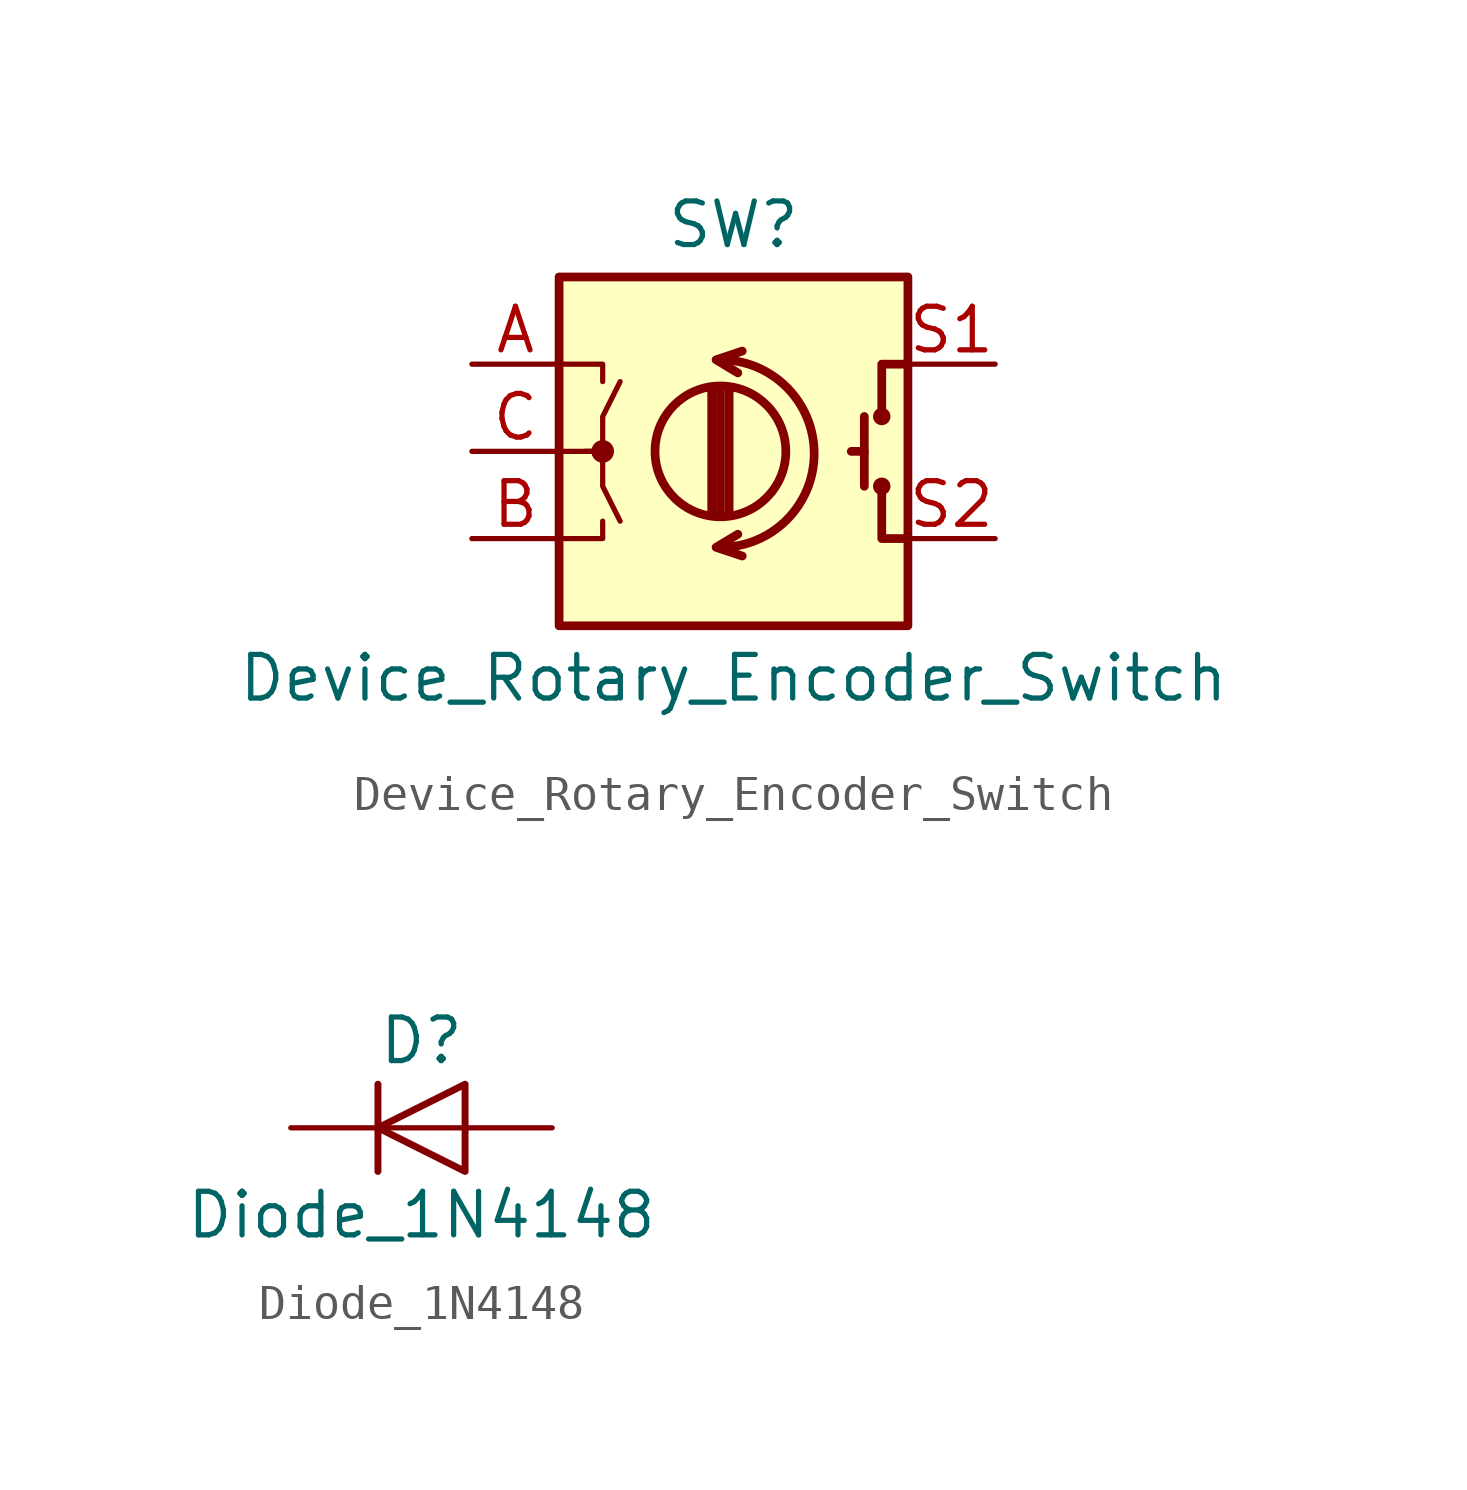
<source format=kicad_sym>
(kicad_symbol_lib
  (version 20220914)
  (generator kicad_symbol_editor)
  (symbol "Device_Rotary_Encoder_Switch"
    (pin_names
      (offset 0.254) hide)
    (property "Reference" "SW"
      (at 0 6.604 0)
      (effects (font (size 1.27 1.27))))
    (property "Value" "Device_Rotary_Encoder_Switch"
      (at 0 -6.604 0)
      (effects (font (size 1.27 1.27))))
    (symbol "Device_Rotary_Encoder_Switch_0_1"
      (rectangle (start -5.08 5.08) (end 5.08 -5.08) (stroke (width 0.254) (type solid)) (fill (type background)))
      (circle (center -3.81 0) (radius 0.254) (stroke (width 0) (type solid)) (fill (type outline)))
      (arc (start -0.381 -2.794) (mid 2.3376 -0.0635) (end -0.381 2.667) (stroke (width 0.254) (type solid)) (fill (type none)))
      (circle (center -0.381 0) (radius 1.905) (stroke (width 0.254) (type solid)) (fill (type none)))
      (polyline (pts (xy -0.635 -1.778) (xy -0.635 1.778)) (stroke (width 0.254) (type solid)) (fill (type none)))
      (polyline (pts (xy -0.381 -1.778) (xy -0.381 1.778)) (stroke (width 0.254) (type solid)) (fill (type none)))
      (polyline (pts (xy -0.127 1.778) (xy -0.127 -1.778)) (stroke (width 0.254) (type solid)) (fill (type none)))
      (polyline (pts (xy 3.81 0) (xy 3.429 0)) (stroke (width 0.254) (type solid)) (fill (type none)))
      (polyline (pts (xy 3.81 1.016) (xy 3.81 -1.016)) (stroke (width 0.254) (type solid)) (fill (type none)))
      (polyline (pts (xy -5.08 -2.54) (xy -3.81 -2.54) (xy -3.81 -2.032)) (stroke (width 0) (type solid)) (fill (type none)))
      (polyline (pts (xy -5.08 2.54) (xy -3.81 2.54) (xy -3.81 2.032)) (stroke (width 0) (type solid)) (fill (type none)))
      (polyline (pts (xy 0.254 -3.048) (xy -0.508 -2.794) (xy 0.127 -2.413)) (stroke (width 0.254) (type solid)) (fill (type none)))
      (polyline (pts (xy 0.254 2.921) (xy -0.508 2.667) (xy 0.127 2.286)) (stroke (width 0.254) (type solid)) (fill (type none)))
      (polyline (pts (xy 5.08 -2.54) (xy 4.318 -2.54) (xy 4.318 -1.016)) (stroke (width 0.254) (type solid)) (fill (type none)))
      (polyline (pts (xy 5.08 2.54) (xy 4.318 2.54) (xy 4.318 1.016)) (stroke (width 0.254) (type solid)) (fill (type none)))
      (polyline (pts (xy -5.08 0) (xy -3.81 0) (xy -3.81 -1.016) (xy -3.302 -2.032)) (stroke (width 0) (type solid)) (fill (type none)))
      (polyline (pts (xy -4.318 0) (xy -3.81 0) (xy -3.81 1.016) (xy -3.302 2.032)) (stroke (width 0) (type solid)) (fill (type none)))
      (circle (center 4.318 -1.016) (radius 0.127) (stroke (width 0.254) (type solid)) (fill (type none)))
      (circle (center 4.318 1.016) (radius 0.127) (stroke (width 0.254) (type solid)) (fill (type none))))
    (symbol "Device_Rotary_Encoder_Switch_1_1"
      (pin passive line (at -7.62 2.54 0) (length 2.54) (name "A" (effects (font (size 1.27 1.27)))) (number "A" (effects (font (size 1.27 1.27)))))
      (pin passive line (at -7.62 -2.54 0) (length 2.54) (name "B" (effects (font (size 1.27 1.27)))) (number "B" (effects (font (size 1.27 1.27)))))
      (pin passive line (at -7.62 0 0) (length 2.54) (name "C" (effects (font (size 1.27 1.27)))) (number "C" (effects (font (size 1.27 1.27)))))
      (pin passive line (at 7.62 2.54 180) (length 2.54) (name "S1" (effects (font (size 1.27 1.27)))) (number "S1" (effects (font (size 1.27 1.27)))))
      (pin passive line (at 7.62 -2.54 180) (length 2.54) (name "S2" (effects (font (size 1.27 1.27)))) (number "S2" (effects (font (size 1.27 1.27)))))))
  (symbol "Diode_1N4148"
    (pin_numbers hide)
    (pin_names
      (offset 1.016) hide)
    (property "Reference" "D"
      (at 0 2.54 0)
      (effects (font (size 1.27 1.27))))
    (property "Value" "Diode_1N4148"
      (at 0 -2.54 0)
      (effects (font (size 1.27 1.27))))
    (symbol "Diode_1N4148_0_1"
      (polyline (pts (xy -1.27 1.27) (xy -1.27 -1.27)) (stroke (width 0.203) (type solid)) (fill (type none)))
      (polyline (pts (xy 1.27 0) (xy -1.27 0)) (stroke (width 0) (type solid)) (fill (type none)))
      (polyline (pts (xy 1.27 1.27) (xy 1.27 -1.27) (xy -1.27 0) (xy 1.27 1.27)) (stroke (width 0.203) (type solid)) (fill (type none))))
    (symbol "Diode_1N4148_1_1"
      (pin passive line (at -3.81 0 0) (length 2.54) (name "K" (effects (font (size 1.27 1.27)))) (number "1" (effects (font (size 1.27 1.27)))))
      (pin passive line (at 3.81 0 180) (length 2.54) (name "A" (effects (font (size 1.27 1.27)))) (number "2" (effects (font (size 1.27 1.27))))))))
</source>
